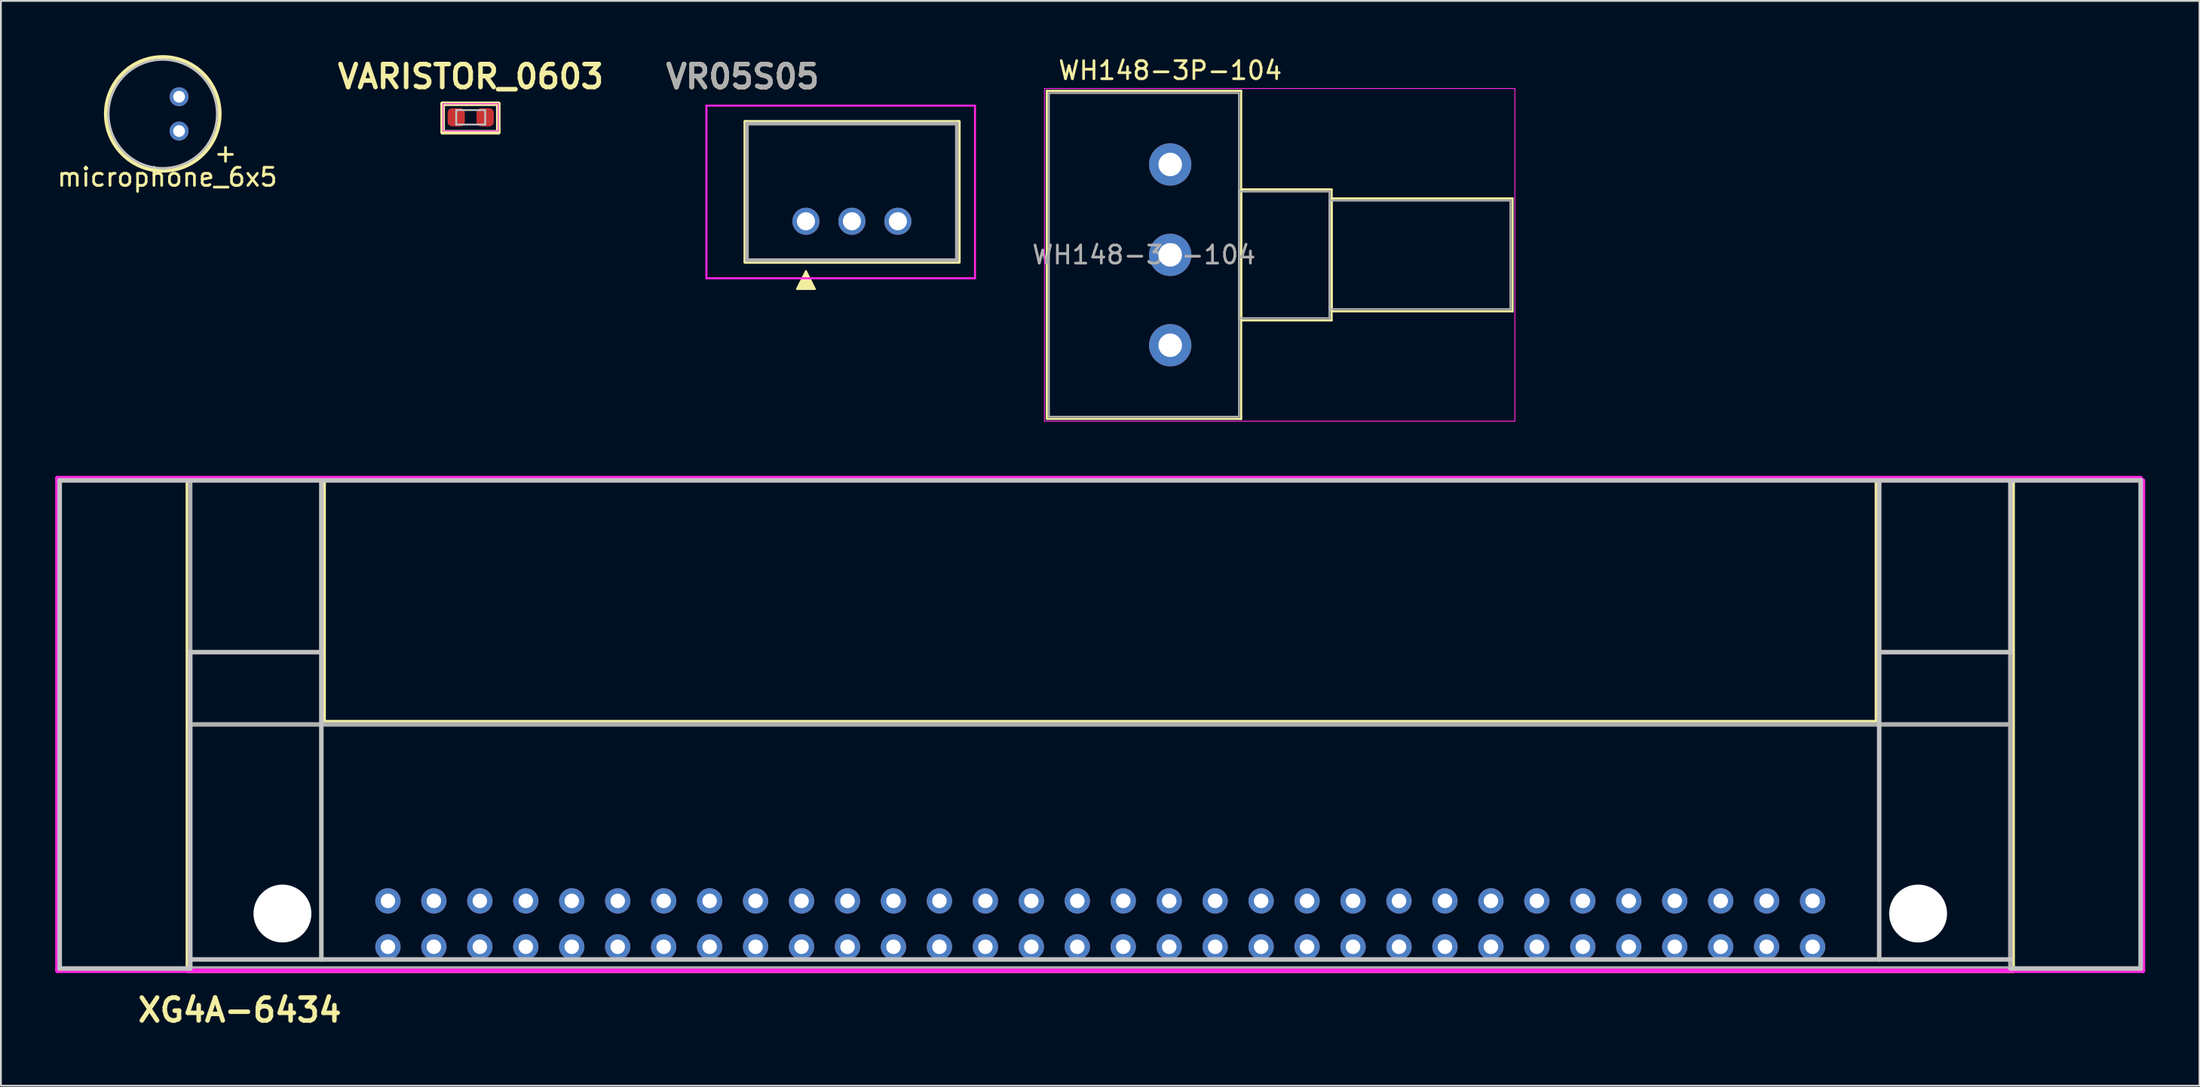
<source format=kicad_pcb>
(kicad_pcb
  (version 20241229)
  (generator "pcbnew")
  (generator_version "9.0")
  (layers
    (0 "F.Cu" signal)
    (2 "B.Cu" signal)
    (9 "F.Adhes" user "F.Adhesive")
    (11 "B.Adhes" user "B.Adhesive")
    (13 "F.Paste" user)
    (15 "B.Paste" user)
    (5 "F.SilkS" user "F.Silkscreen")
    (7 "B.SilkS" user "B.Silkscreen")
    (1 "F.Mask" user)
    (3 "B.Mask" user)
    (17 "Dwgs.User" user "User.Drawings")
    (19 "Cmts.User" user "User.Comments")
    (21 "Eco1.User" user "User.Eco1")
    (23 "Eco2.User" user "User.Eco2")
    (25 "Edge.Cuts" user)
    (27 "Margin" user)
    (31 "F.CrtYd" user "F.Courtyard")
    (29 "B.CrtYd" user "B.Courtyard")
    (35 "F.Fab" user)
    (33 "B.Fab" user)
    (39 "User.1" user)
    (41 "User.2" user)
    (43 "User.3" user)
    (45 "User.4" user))
  (footprint "VARISTOR_0603"
    (layer "F.Cu")
    (at 22.964 3.439)
    (property "Reference" "VARISTOR_0603" (at 0 -2.25 0) (layer "F.SilkS") (effects (font (size 1.27 1.27) (thickness 0.254))))
    (attr smd)
    (fp_line (start -1.55 -0.75) (end 1.525 -0.75) (stroke (width 0.25) (type solid)) (layer "F.SilkS"))
    (fp_line (start -1.55 0.825) (end -1.55 -0.75) (stroke (width 0.25) (type solid)) (layer "F.SilkS"))
    (fp_line (start 1.525 -0.75) (end 1.525 0.825) (stroke (width 0.25) (type solid)) (layer "F.SilkS"))
    (fp_line (start 1.525 0.825) (end -1.55 0.825) (stroke (width 0.25) (type solid)) (layer "F.SilkS"))
    (fp_line (start -0.8 -0.4) (end 0.8 -0.4) (stroke (width 0.1) (type solid)) (layer "Dwgs.User"))
    (fp_line (start -0.8 0.4) (end -0.8 -0.4) (stroke (width 0.1) (type solid)) (layer "Dwgs.User"))
    (fp_line (start 0.8 -0.4) (end 0.8 0.4) (stroke (width 0.1) (type solid)) (layer "Dwgs.User"))
    (fp_line (start 0.8 0.4) (end -0.8 0.4) (stroke (width 0.1) (type solid)) (layer "Dwgs.User"))
    (fp_line (start -1.525 -0.75) (end 1.525 -0.75) (stroke (width 0.05) (type solid)) (layer "F.CrtYd"))
    (fp_line (start -1.525 0.75) (end -1.525 -0.75) (stroke (width 0.05) (type solid)) (layer "F.CrtYd"))
    (fp_line (start 1.525 -0.75) (end 1.525 0.75) (stroke (width 0.05) (type solid)) (layer "F.CrtYd"))
    (fp_line (start 1.525 0.75) (end -1.525 0.75) (stroke (width 0.05) (type solid)) (layer "F.CrtYd"))
    (pad "1" smd roundrect (at -0.8 0) (size 0.95 1) (layers "F.Cu" "F.Mask" "F.Paste") (roundrect_rratio 0.25))
    (pad "2" smd roundrect (at 0.8 0) (size 0.95 1) (layers "F.Cu" "F.Mask" "F.Paste") (roundrect_rratio 0.25)))
  (footprint "XG4A-6434"
    (layer "F.Cu")
    (at 57.76 48.053)
    (property "Reference" "XG4A-6434" (at -47.56 4.77 180) (layer "F.SilkS") (effects (font (size 1.27 1.27) (thickness 0.25))))
    (attr through_hole)
    (fp_line (start -50.425 2.595) (end -50.425 -24.53) (stroke (width 0.25) (type solid)) (layer "F.SilkS"))
    (fp_line (start -50.425 2.595) (end 50.425 2.595) (stroke (width 0.25) (type solid)) (layer "F.SilkS"))
    (fp_line (start -42.925 -11.155) (end -42.925 -24.53) (stroke (width 0.25) (type solid)) (layer "F.SilkS"))
    (fp_line (start -42.925 -11.155) (end 42.925 -11.155) (stroke (width 0.25) (type solid)) (layer "F.SilkS"))
    (fp_line (start 42.925 -11.155) (end 42.925 -24.53) (stroke (width 0.25) (type solid)) (layer "F.SilkS"))
    (fp_line (start 50.425 2.595) (end 50.425 -24.53) (stroke (width 0.25) (type solid)) (layer "F.SilkS"))
    (fp_line (start -57.51 -24.53) (end -57.51 2.47) (stroke (width 0.25) (type solid)) (layer "Dwgs.User"))
    (fp_line (start -57.51 -24.53) (end 57.5 -24.53) (stroke (width 0.25) (type solid)) (layer "Dwgs.User"))
    (fp_line (start -57.51 2.47) (end -50.3 2.47) (stroke (width 0.25) (type solid)) (layer "Dwgs.User"))
    (fp_line (start -50.3 -15.03) (end -43.05 -15.03) (stroke (width 0.25) (type solid)) (layer "Dwgs.User"))
    (fp_line (start -50.3 -11.03) (end -50.3 -15.03) (stroke (width 0.25) (type solid)) (layer "Dwgs.User"))
    (fp_line (start -50.3 1.97) (end -50.3 -11.03) (stroke (width 0.25) (type solid)) (layer "Dwgs.User"))
    (fp_line (start -50.3 1.97) (end -50.3 2.47) (stroke (width 0.25) (type solid)) (layer "Dwgs.User"))
    (fp_line (start -50.3 1.97) (end 50.3 1.97) (stroke (width 0.25) (type solid)) (layer "Dwgs.User"))
    (fp_line (start -43.05 -24.53) (end -43.05 1.97) (stroke (width 0.25) (type solid)) (layer "Dwgs.User"))
    (fp_line (start 43.05 -24.53) (end 43.05 1.97) (stroke (width 0.25) (type solid)) (layer "Dwgs.User"))
    (fp_line (start 50.3 -24.53) (end 50.3 -15.03) (stroke (width 0.25) (type solid)) (layer "Dwgs.User"))
    (fp_line (start 50.3 -15.03) (end 43.05 -15.03) (stroke (width 0.25) (type solid)) (layer "Dwgs.User"))
    (fp_line (start 57.5 -24.53) (end 57.5 2.47) (stroke (width 0.25) (type solid)) (layer "Dwgs.User"))
    (fp_line (start 57.5 2.47) (end 50.3 2.47) (stroke (width 0.25) (type solid)) (layer "Dwgs.User"))
    (fp_line (start -57.635 -24.655) (end -57.635 2.595) (stroke (width 0.25) (type solid)) (layer "F.CrtYd"))
    (fp_line (start -57.635 2.595) (end 57.625 2.595) (stroke (width 0.25) (type solid)) (layer "F.CrtYd"))
    (fp_line (start 57.5 -24.655) (end -57.635 -24.655) (stroke (width 0.25) (type solid)) (layer "F.CrtYd"))
    (fp_line (start 57.625 -24.53) (end 57.625 2.595) (stroke (width 0.25) (type solid)) (layer "F.CrtYd"))
    (fp_line (start -50.3 -11.03) (end 50.3 -11.03) (stroke (width 0.25) (type solid)) (layer "F.Fab"))
    (fp_line (start -50.3 2.47) (end -50.3 -24.53) (stroke (width 0.25) (type solid)) (layer "F.Fab"))
    (fp_line (start -50.3 2.47) (end 50.3 2.47) (stroke (width 0.25) (type solid)) (layer "F.Fab"))
    (fp_line (start 50.3 -15.03) (end 50.3 -11.03) (stroke (width 0.25) (type solid)) (layer "F.Fab"))
    (fp_line (start 50.3 -11.03) (end 50.3 1.97) (stroke (width 0.25) (type solid)) (layer "F.Fab"))
    (fp_line (start 50.3 2.47) (end 50.3 1.97) (stroke (width 0.25) (type solid)) (layer "F.Fab"))
    (pad "" np_thru_hole circle (at -45.2 -0.57) (size 3.2 3.2) (drill 3.2) (layers "*.Cu" "*.Mask"))
    (pad "" np_thru_hole circle (at 45.2 -0.57) (size 3.2 3.2) (drill 3.2) (layers "*.Cu" "*.Mask"))
    (pad "1" thru_hole circle (at -39.37 1.27) (size 1.4 1.4) (drill 0.8) (layers "*.Cu" "*.Mask"))
    (pad "2" thru_hole circle (at -39.37 -1.27) (size 1.4 1.4) (drill 0.8) (layers "*.Cu" "*.Mask"))
    (pad "3" thru_hole circle (at -36.83 1.27) (size 1.4 1.4) (drill 0.8) (layers "*.Cu" "*.Mask"))
    (pad "4" thru_hole circle (at -36.83 -1.27) (size 1.4 1.4) (drill 0.8) (layers "*.Cu" "*.Mask"))
    (pad "5" thru_hole circle (at -34.29 1.27) (size 1.4 1.4) (drill 0.8) (layers "*.Cu" "*.Mask"))
    (pad "6" thru_hole circle (at -34.29 -1.27) (size 1.4 1.4) (drill 0.8) (layers "*.Cu" "*.Mask"))
    (pad "7" thru_hole circle (at -31.75 1.27) (size 1.4 1.4) (drill 0.8) (layers "*.Cu" "*.Mask"))
    (pad "8" thru_hole circle (at -31.75 -1.27) (size 1.4 1.4) (drill 0.8) (layers "*.Cu" "*.Mask"))
    (pad "9" thru_hole circle (at -29.21 1.27) (size 1.4 1.4) (drill 0.8) (layers "*.Cu" "*.Mask"))
    (pad "10" thru_hole circle (at -29.21 -1.27) (size 1.4 1.4) (drill 0.8) (layers "*.Cu" "*.Mask"))
    (pad "11" thru_hole circle (at -26.67 1.27) (size 1.4 1.4) (drill 0.8) (layers "*.Cu" "*.Mask"))
    (pad "12" thru_hole circle (at -26.67 -1.27) (size 1.4 1.4) (drill 0.8) (layers "*.Cu" "*.Mask"))
    (pad "13" thru_hole circle (at -24.13 1.27) (size 1.4 1.4) (drill 0.8) (layers "*.Cu" "*.Mask"))
    (pad "14" thru_hole circle (at -24.13 -1.27) (size 1.4 1.4) (drill 0.8) (layers "*.Cu" "*.Mask"))
    (pad "15" thru_hole circle (at -21.59 1.27) (size 1.4 1.4) (drill 0.8) (layers "*.Cu" "*.Mask"))
    (pad "16" thru_hole circle (at -21.59 -1.27) (size 1.4 1.4) (drill 0.8) (layers "*.Cu" "*.Mask"))
    (pad "17" thru_hole circle (at -19.05 1.27) (size 1.4 1.4) (drill 0.8) (layers "*.Cu" "*.Mask"))
    (pad "18" thru_hole circle (at -19.05 -1.27) (size 1.4 1.4) (drill 0.8) (layers "*.Cu" "*.Mask"))
    (pad "19" thru_hole circle (at -16.51 1.27) (size 1.4 1.4) (drill 0.8) (layers "*.Cu" "*.Mask"))
    (pad "20" thru_hole circle (at -16.51 -1.27) (size 1.4 1.4) (drill 0.8) (layers "*.Cu" "*.Mask"))
    (pad "21" thru_hole circle (at -13.97 1.27) (size 1.4 1.4) (drill 0.8) (layers "*.Cu" "*.Mask"))
    (pad "22" thru_hole circle (at -13.97 -1.27) (size 1.4 1.4) (drill 0.8) (layers "*.Cu" "*.Mask"))
    (pad "23" thru_hole circle (at -11.43 1.27) (size 1.4 1.4) (drill 0.8) (layers "*.Cu" "*.Mask"))
    (pad "24" thru_hole circle (at -11.43 -1.27) (size 1.4 1.4) (drill 0.8) (layers "*.Cu" "*.Mask"))
    (pad "25" thru_hole circle (at -8.89 1.27) (size 1.4 1.4) (drill 0.8) (layers "*.Cu" "*.Mask"))
    (pad "26" thru_hole circle (at -8.89 -1.27) (size 1.4 1.4) (drill 0.8) (layers "*.Cu" "*.Mask"))
    (pad "27" thru_hole circle (at -6.35 1.27) (size 1.4 1.4) (drill 0.8) (layers "*.Cu" "*.Mask"))
    (pad "28" thru_hole circle (at -6.35 -1.27) (size 1.4 1.4) (drill 0.8) (layers "*.Cu" "*.Mask"))
    (pad "29" thru_hole circle (at -3.81 1.27) (size 1.4 1.4) (drill 0.8) (layers "*.Cu" "*.Mask"))
    (pad "30" thru_hole circle (at -3.81 -1.27) (size 1.4 1.4) (drill 0.8) (layers "*.Cu" "*.Mask"))
    (pad "31" thru_hole circle (at -1.27 1.27) (size 1.4 1.4) (drill 0.8) (layers "*.Cu" "*.Mask"))
    (pad "32" thru_hole circle (at -1.27 -1.27) (size 1.4 1.4) (drill 0.8) (layers "*.Cu" "*.Mask"))
    (pad "33" thru_hole circle (at 1.27 1.27) (size 1.4 1.4) (drill 0.8) (layers "*.Cu" "*.Mask"))
    (pad "34" thru_hole circle (at 1.27 -1.27) (size 1.4 1.4) (drill 0.8) (layers "*.Cu" "*.Mask"))
    (pad "35" thru_hole circle (at 3.81 1.27) (size 1.4 1.4) (drill 0.8) (layers "*.Cu" "*.Mask"))
    (pad "36" thru_hole circle (at 3.81 -1.27) (size 1.4 1.4) (drill 0.8) (layers "*.Cu" "*.Mask"))
    (pad "37" thru_hole circle (at 6.35 1.27) (size 1.4 1.4) (drill 0.8) (layers "*.Cu" "*.Mask"))
    (pad "38" thru_hole circle (at 6.35 -1.27) (size 1.4 1.4) (drill 0.8) (layers "*.Cu" "*.Mask"))
    (pad "39" thru_hole circle (at 8.89 1.27) (size 1.4 1.4) (drill 0.8) (layers "*.Cu" "*.Mask"))
    (pad "40" thru_hole circle (at 8.89 -1.27) (size 1.4 1.4) (drill 0.8) (layers "*.Cu" "*.Mask"))
    (pad "41" thru_hole circle (at 11.43 1.27) (size 1.4 1.4) (drill 0.8) (layers "*.Cu" "*.Mask"))
    (pad "42" thru_hole circle (at 11.43 -1.27) (size 1.4 1.4) (drill 0.8) (layers "*.Cu" "*.Mask"))
    (pad "43" thru_hole circle (at 13.97 1.27) (size 1.4 1.4) (drill 0.8) (layers "*.Cu" "*.Mask"))
    (pad "44" thru_hole circle (at 13.97 -1.27) (size 1.4 1.4) (drill 0.8) (layers "*.Cu" "*.Mask"))
    (pad "45" thru_hole circle (at 16.51 1.27) (size 1.4 1.4) (drill 0.8) (layers "*.Cu" "*.Mask"))
    (pad "46" thru_hole circle (at 16.51 -1.27) (size 1.4 1.4) (drill 0.8) (layers "*.Cu" "*.Mask"))
    (pad "47" thru_hole circle (at 19.05 1.27) (size 1.4 1.4) (drill 0.8) (layers "*.Cu" "*.Mask"))
    (pad "48" thru_hole circle (at 19.05 -1.27) (size 1.4 1.4) (drill 0.8) (layers "*.Cu" "*.Mask"))
    (pad "49" thru_hole circle (at 21.59 1.27) (size 1.4 1.4) (drill 0.8) (layers "*.Cu" "*.Mask"))
    (pad "50" thru_hole circle (at 21.59 -1.27) (size 1.4 1.4) (drill 0.8) (layers "*.Cu" "*.Mask"))
    (pad "51" thru_hole circle (at 24.13 1.27) (size 1.4 1.4) (drill 0.8) (layers "*.Cu" "*.Mask"))
    (pad "52" thru_hole circle (at 24.13 -1.27) (size 1.4 1.4) (drill 0.8) (layers "*.Cu" "*.Mask"))
    (pad "53" thru_hole circle (at 26.67 1.27) (size 1.4 1.4) (drill 0.8) (layers "*.Cu" "*.Mask"))
    (pad "54" thru_hole circle (at 26.67 -1.27) (size 1.4 1.4) (drill 0.8) (layers "*.Cu" "*.Mask"))
    (pad "55" thru_hole circle (at 29.21 1.27) (size 1.4 1.4) (drill 0.8) (layers "*.Cu" "*.Mask"))
    (pad "56" thru_hole circle (at 29.21 -1.27) (size 1.4 1.4) (drill 0.8) (layers "*.Cu" "*.Mask"))
    (pad "57" thru_hole circle (at 31.75 1.27) (size 1.4 1.4) (drill 0.8) (layers "*.Cu" "*.Mask"))
    (pad "58" thru_hole circle (at 31.75 -1.27) (size 1.4 1.4) (drill 0.8) (layers "*.Cu" "*.Mask"))
    (pad "59" thru_hole circle (at 34.29 1.27) (size 1.4 1.4) (drill 0.8) (layers "*.Cu" "*.Mask"))
    (pad "60" thru_hole circle (at 34.29 -1.27) (size 1.4 1.4) (drill 0.8) (layers "*.Cu" "*.Mask"))
    (pad "61" thru_hole circle (at 36.83 1.27) (size 1.4 1.4) (drill 0.8) (layers "*.Cu" "*.Mask"))
    (pad "62" thru_hole circle (at 36.83 -1.27) (size 1.4 1.4) (drill 0.8) (layers "*.Cu" "*.Mask"))
    (pad "63" thru_hole circle (at 39.37 1.27) (size 1.4 1.4) (drill 0.8) (layers "*.Cu" "*.Mask"))
    (pad "64" thru_hole circle (at 39.37 -1.27) (size 1.4 1.4) (drill 0.8) (layers "*.Cu" "*.Mask")))
  (footprint "microphone_6x5"
    (layer "F.Cu")
    (at 5.946 3.25)
    (property "Reference" "microphone_6x5" (at 0.25 3.5 0) (unlocked yes) (layer "F.SilkS") (effects (font (size 1 1) (thickness 0.15))))
    (attr smd)
    (fp_circle (center 0 0) (end 3.15 0) (stroke (width 0.2) (type default)) (fill no) (layer "F.SilkS"))
    (fp_circle (center 0 0) (end 3 0) (stroke (width 0.12) (type default)) (fill no) (layer "Dwgs.User"))
    (fp_text user "+" (at 2.75 2.75 0) (unlocked yes) (layer "F.SilkS") (effects (font (size 1 1) (thickness 0.15)) (justify left bottom)))
    (pad "1" thru_hole circle (at 0.9 -0.95) (size 1.05 1.05) (drill 0.65) (layers "*.Cu" "*.Mask"))
    (pad "2" thru_hole circle (at 0.9 0.95) (size 1.05 1.05) (drill 0.65) (layers "*.Cu" "*.Mask")))
  (footprint "WH148-3P-104"
    (layer "F.Cu")
    (at 61.625 16.048)
    (property "Reference" "WH148-3P-104" (at 0 -15.2 0) (layer "F.SilkS") (effects (font (size 1 1) (thickness 0.15))))
    (attr through_hole)
    (fp_line (start -6.82 -14.07) (end -6.82 4.07) (stroke (width 0.12) (type solid)) (layer "F.SilkS"))
    (fp_line (start -6.82 -14.07) (end 3.92 -14.07) (stroke (width 0.12) (type solid)) (layer "F.SilkS"))
    (fp_line (start -6.82 4.07) (end 3.92 4.07) (stroke (width 0.12) (type solid)) (layer "F.SilkS"))
    (fp_line (start 3.92 -14.07) (end 3.92 4.07) (stroke (width 0.12) (type solid)) (layer "F.SilkS"))
    (fp_line (start 3.92 -8.62) (end 3.92 -1.38) (stroke (width 0.12) (type solid)) (layer "F.SilkS"))
    (fp_line (start 3.92 -8.62) (end 8.92 -8.62) (stroke (width 0.12) (type solid)) (layer "F.SilkS"))
    (fp_line (start 3.92 -1.38) (end 8.92 -1.38) (stroke (width 0.12) (type solid)) (layer "F.SilkS"))
    (fp_line (start 8.92 -8.62) (end 8.92 -1.38) (stroke (width 0.12) (type solid)) (layer "F.SilkS"))
    (fp_line (start 8.92 -8.12) (end 8.92 -1.879) (stroke (width 0.12) (type solid)) (layer "F.SilkS"))
    (fp_line (start 8.92 -8.12) (end 18.92 -8.12) (stroke (width 0.12) (type solid)) (layer "F.SilkS"))
    (fp_line (start 8.92 -1.879) (end 18.92 -1.879) (stroke (width 0.12) (type solid)) (layer "F.SilkS"))
    (fp_line (start 18.92 -8.12) (end 18.92 -1.879) (stroke (width 0.12) (type solid)) (layer "F.SilkS"))
    (fp_line (start -6.95 -14.2) (end -6.95 4.2) (stroke (width 0.05) (type solid)) (layer "F.CrtYd"))
    (fp_line (start -6.95 4.2) (end 19.05 4.2) (stroke (width 0.05) (type solid)) (layer "F.CrtYd"))
    (fp_line (start 19.05 -14.2) (end -6.95 -14.2) (stroke (width 0.05) (type solid)) (layer "F.CrtYd"))
    (fp_line (start 19.05 4.2) (end 19.05 -14.2) (stroke (width 0.05) (type solid)) (layer "F.CrtYd"))
    (fp_line (start -6.7 -13.95) (end -6.7 3.95) (stroke (width 0.1) (type solid)) (layer "F.Fab"))
    (fp_line (start -6.7 3.95) (end 3.8 3.95) (stroke (width 0.1) (type solid)) (layer "F.Fab"))
    (fp_line (start 3.8 -13.95) (end -6.7 -13.95) (stroke (width 0.1) (type solid)) (layer "F.Fab"))
    (fp_line (start 3.8 -8.5) (end 3.8 -1.5) (stroke (width 0.1) (type solid)) (layer "F.Fab"))
    (fp_line (start 3.8 -1.5) (end 8.8 -1.5) (stroke (width 0.1) (type solid)) (layer "F.Fab"))
    (fp_line (start 3.8 3.95) (end 3.8 -13.95) (stroke (width 0.1) (type solid)) (layer "F.Fab"))
    (fp_line (start 8.8 -8.5) (end 3.8 -8.5) (stroke (width 0.1) (type solid)) (layer "F.Fab"))
    (fp_line (start 8.8 -8) (end 8.8 -2) (stroke (width 0.1) (type solid)) (layer "F.Fab"))
    (fp_line (start 8.8 -2) (end 18.8 -2) (stroke (width 0.1) (type solid)) (layer "F.Fab"))
    (fp_line (start 8.8 -1.5) (end 8.8 -8.5) (stroke (width 0.1) (type solid)) (layer "F.Fab"))
    (fp_line (start 18.8 -8) (end 8.8 -8) (stroke (width 0.1) (type solid)) (layer "F.Fab"))
    (fp_line (start 18.8 -2) (end 18.8 -8) (stroke (width 0.1) (type solid)) (layer "F.Fab"))
    (fp_text user "${REFERENCE}" (at -1.45 -5 0) (layer "F.Fab") (effects (font (size 1 1) (thickness 0.15))))
    (pad "1" thru_hole circle (at 0 0) (size 2.34 2.34) (drill 1.3) (layers "*.Cu" "*.Mask"))
    (pad "2" thru_hole circle (at 0 -5) (size 2.34 2.34) (drill 1.3) (layers "*.Cu" "*.Mask"))
    (pad "3" thru_hole circle (at 0 -10) (size 2.34 2.34) (drill 1.3) (layers "*.Cu" "*.Mask")))
  (footprint "VR05S05"
    (layer "F.Cu")
    (at 41.493 9.189)
    (property "Reference" "VR05S05" (at -3.5 -8 0) (layer "F.SilkS") (effects (font (size 1.27 1.27) (thickness 0.254))))
    (attr through_hole)
    (fp_line (start -3.35 -5.5) (end -3.35 2.25) (stroke (width 0.2) (type solid)) (layer "F.SilkS"))
    (fp_line (start -3.35 2.25) (end 8.45 2.25) (stroke (width 0.2) (type solid)) (layer "F.SilkS"))
    (fp_line (start 8.45 -5.5) (end -3.35 -5.5) (stroke (width 0.2) (type solid)) (layer "F.SilkS"))
    (fp_line (start 8.45 2.25) (end 8.45 -5.5) (stroke (width 0.2) (type solid)) (layer "F.SilkS"))
    (fp_poly (pts (xy 0.5 3.75) (xy -0.5 3.75) (xy 0 2.75)) (stroke (width 0.1) (type solid)) (fill yes) (layer "F.SilkS"))
    (fp_line (start -5.5 -6.4) (end -5.5 3.15) (stroke (width 0.1) (type solid)) (layer "F.CrtYd"))
    (fp_line (start -5.5 -6.4) (end -5.5 3.15) (stroke (width 0.1) (type solid)) (layer "F.CrtYd"))
    (fp_line (start -5.5 3.15) (end 9.34 3.15) (stroke (width 0.1) (type solid)) (layer "F.CrtYd"))
    (fp_line (start -5.5 3.15) (end 9.34 3.15) (stroke (width 0.1) (type solid)) (layer "F.CrtYd"))
    (fp_line (start 9.34 -6.4) (end -5.5 -6.4) (stroke (width 0.1) (type solid)) (layer "F.CrtYd"))
    (fp_line (start 9.34 -6.4) (end -5.5 -6.4) (stroke (width 0.1) (type solid)) (layer "F.CrtYd"))
    (fp_line (start 9.34 3.15) (end 9.34 -6.4) (stroke (width 0.1) (type solid)) (layer "F.CrtYd"))
    (fp_line (start 9.34 3.15) (end 9.34 -6.4) (stroke (width 0.1) (type solid)) (layer "F.CrtYd"))
    (fp_line (start -3.26 -5.4) (end -3.26 2.15) (stroke (width 0.2) (type solid)) (layer "F.Fab"))
    (fp_line (start -3.26 2.15) (end 8.34 2.15) (stroke (width 0.2) (type solid)) (layer "F.Fab"))
    (fp_line (start 8.34 -5.4) (end -3.26 -5.4) (stroke (width 0.2) (type solid)) (layer "F.Fab"))
    (fp_line (start 8.34 2.15) (end 8.34 -5.4) (stroke (width 0.2) (type solid)) (layer "F.Fab"))
    (fp_text user "${REFERENCE}" (at -3.5 -8 0) (layer "F.Fab") (effects (font (size 1.27 1.27) (thickness 0.254))))
    (pad "1" thru_hole circle (at 0 0) (size 1.5 1.5) (drill 1) (layers "*.Cu" "*.Mask"))
    (pad "2" thru_hole circle (at 2.54 0) (size 1.5 1.5) (drill 1) (layers "*.Cu" "*.Mask"))
    (pad "3" thru_hole circle (at 5.08 0) (size 1.5 1.5) (drill 1) (layers "*.Cu" "*.Mask")))
  (gr_rect
    (start -3 -3)
    (end 118.51 57.005)
    (stroke (width 0.1) (type default))
    (fill no)
    (layer "Edge.Cuts")))
</source>
